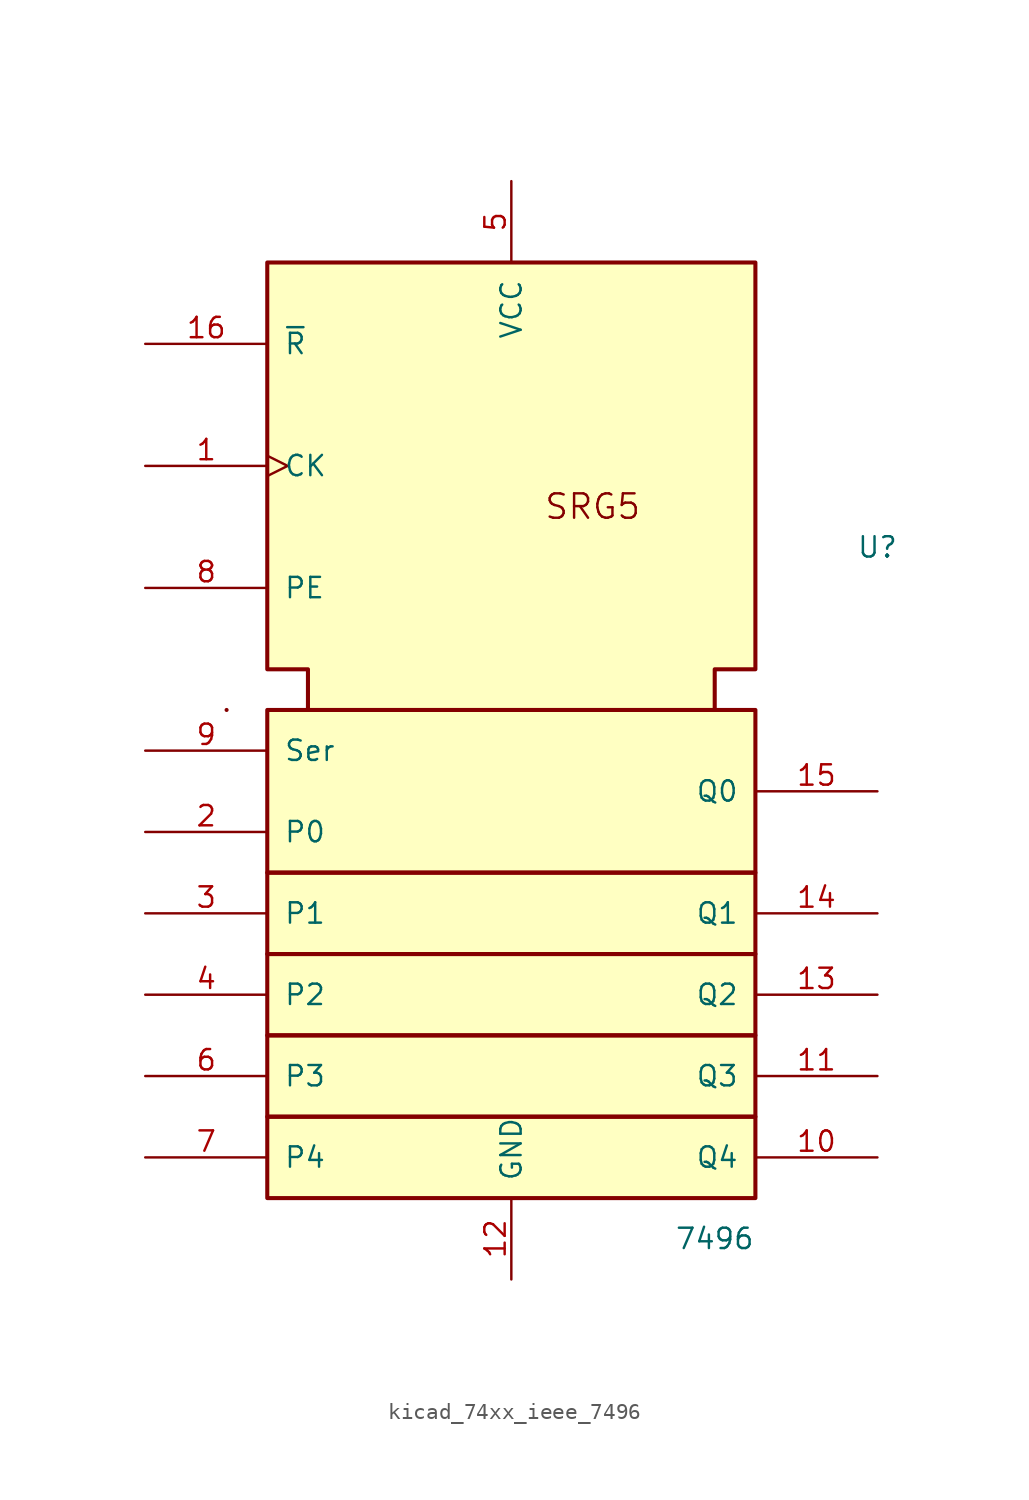
<source format=kicad_sym>
(kicad_symbol_lib
  (version 20220914)
  (generator kicad_symbol_editor)
  (symbol "kicad_74xx_ieee_7496"
    (pin_names
      (offset 1.016))
    (property "Reference" "U"
      (at 22.86 10.16 0)
      (effects (font (size 1.27 1.27))))
    (property "Value" "7496"
      (at 12.7 -33.02 0)
      (effects (font (size 1.27 1.27))))
    (symbol "kicad_74xx_ieee_7496_0_0"
      (polyline (pts (xy -17.78 0) (xy -17.78 0)) (stroke (width 0.254) (type default)) (fill (type background)))
      (text "SRG5" (at 5.08 12.7 0) (effects (font (size 1.524 1.524))))
      (pin power_in line (at 0 -35.56 90) (length 5.08) (name "GND" (effects (font (size 1.27 1.27)))) (number "12" (effects (font (size 1.27 1.27)))))
      (pin power_in line (at 0 33.02 270) (length 5.08) (name "VCC" (effects (font (size 1.27 1.27)))) (number "5" (effects (font (size 1.27 1.27))))))
    (symbol "kicad_74xx_ieee_7496_0_1"
      (rectangle (start -15.24 -25.4) (end 15.24 -30.48) (stroke (width 0.254) (type default)) (fill (type background)))
      (rectangle (start -15.24 -20.32) (end 15.24 -25.4) (stroke (width 0.254) (type default)) (fill (type background)))
      (rectangle (start -15.24 -15.24) (end 15.24 -20.32) (stroke (width 0.254) (type default)) (fill (type background)))
      (rectangle (start -15.24 -10.16) (end 15.24 -15.24) (stroke (width 0.254) (type default)) (fill (type background)))
      (rectangle (start -15.24 0) (end 15.24 -10.16) (stroke (width 0.254) (type default)) (fill (type background)))
      (polyline (pts (xy -12.7 0) (xy -12.7 2.54) (xy -15.24 2.54) (xy -15.24 27.94) (xy 15.24 27.94) (xy 15.24 2.54) (xy 12.7 2.54) (xy 12.7 0) (xy 12.7 0)) (stroke (width 0.254) (type default)) (fill (type background))))
    (symbol "kicad_74xx_ieee_7496_1_1"
      (pin input clock (at -22.86 15.24 0) (length 7.62) (name "CK" (effects (font (size 1.27 1.27)))) (number "1" (effects (font (size 1.27 1.27)))))
      (pin output line (at 22.86 -27.94 180) (length 7.62) (name "Q4" (effects (font (size 1.27 1.27)))) (number "10" (effects (font (size 1.27 1.27)))))
      (pin output line (at 22.86 -22.86 180) (length 7.62) (name "Q3" (effects (font (size 1.27 1.27)))) (number "11" (effects (font (size 1.27 1.27)))))
      (pin output line (at 22.86 -17.78 180) (length 7.62) (name "Q2" (effects (font (size 1.27 1.27)))) (number "13" (effects (font (size 1.27 1.27)))))
      (pin output line (at 22.86 -12.7 180) (length 7.62) (name "Q1" (effects (font (size 1.27 1.27)))) (number "14" (effects (font (size 1.27 1.27)))))
      (pin output line (at 22.86 -5.08 180) (length 7.62) (name "Q0" (effects (font (size 1.27 1.27)))) (number "15" (effects (font (size 1.27 1.27)))))
      (pin input line (at -22.86 22.86 0) (length 7.62) (name "~{R}" (effects (font (size 1.27 1.27)))) (number "16" (effects (font (size 1.27 1.27)))))
      (pin input line (at -22.86 -7.62 0) (length 7.62) (name "P0" (effects (font (size 1.27 1.27)))) (number "2" (effects (font (size 1.27 1.27)))))
      (pin input line (at -22.86 -12.7 0) (length 7.62) (name "P1" (effects (font (size 1.27 1.27)))) (number "3" (effects (font (size 1.27 1.27)))))
      (pin input line (at -22.86 -17.78 0) (length 7.62) (name "P2" (effects (font (size 1.27 1.27)))) (number "4" (effects (font (size 1.27 1.27)))))
      (pin input line (at -22.86 -22.86 0) (length 7.62) (name "P3" (effects (font (size 1.27 1.27)))) (number "6" (effects (font (size 1.27 1.27)))))
      (pin input line (at -22.86 -27.94 0) (length 7.62) (name "P4" (effects (font (size 1.27 1.27)))) (number "7" (effects (font (size 1.27 1.27)))))
      (pin input line (at -22.86 7.62 0) (length 7.62) (name "PE" (effects (font (size 1.27 1.27)))) (number "8" (effects (font (size 1.27 1.27)))))
      (pin input line (at -22.86 -2.54 0) (length 7.62) (name "Ser" (effects (font (size 1.27 1.27)))) (number "9" (effects (font (size 1.27 1.27))))))))
</source>
